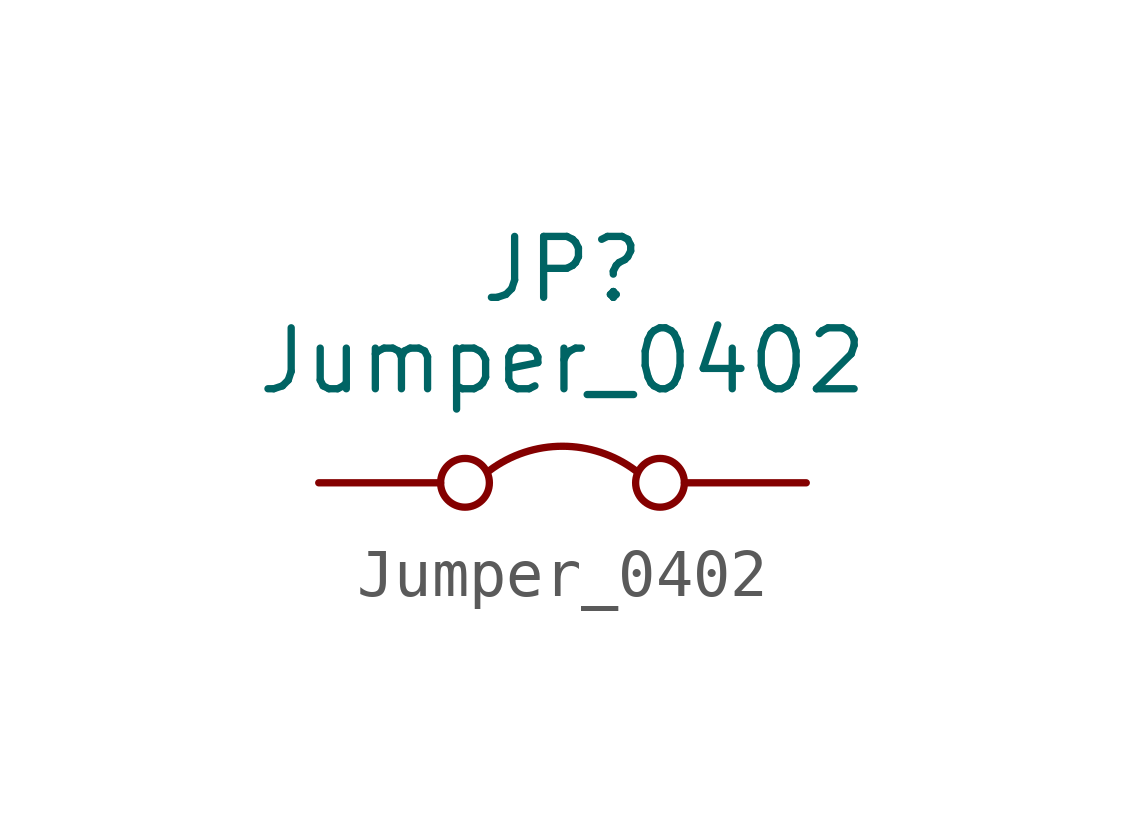
<source format=kicad_sym>
(kicad_symbol_lib
  (version 20211014)
  (generator kicad_symbol_editor)
  (symbol "Jumper_0402"
    (pin_numbers hide)
    (pin_names
      (offset 1.016))
    (property "Reference" "JP"
      (at 0 6.985 0)
      (effects (font (size 1.27 1.27))))
    (property "Value" "Jumper_0402"
      (at 0 5.08 0)
      (effects (font (size 1.27 1.27))))
    (symbol "Jumper_0402_0_0"
      (circle (center -2.032 2.54) (radius 0.508) (stroke (width 0) (type default) (color 0 0 0 0)) (fill (type none)))
      (circle (center 2.032 2.54) (radius 0.508) (stroke (width 0) (type default) (color 0 0 0 0)) (fill (type none))))
    (symbol "Jumper_0402_0_1"
      (arc (start 1.524 2.794) (mid 0 3.302) (end -1.524 2.794) (stroke (width 0) (type default) (color 0 0 0 0)) (fill (type none))))
    (symbol "Jumper_0402_1_1"
      (pin passive line (at -5.08 2.54 0) (length 2.54) (name "~" (effects (font (size 1.27 1.27)))) (number "1" (effects (font (size 1.27 1.27)))))
      (pin passive line (at 5.08 2.54 180) (length 2.54) (name "~" (effects (font (size 1.27 1.27)))) (number "2" (effects (font (size 1.27 1.27))))))))
</source>
